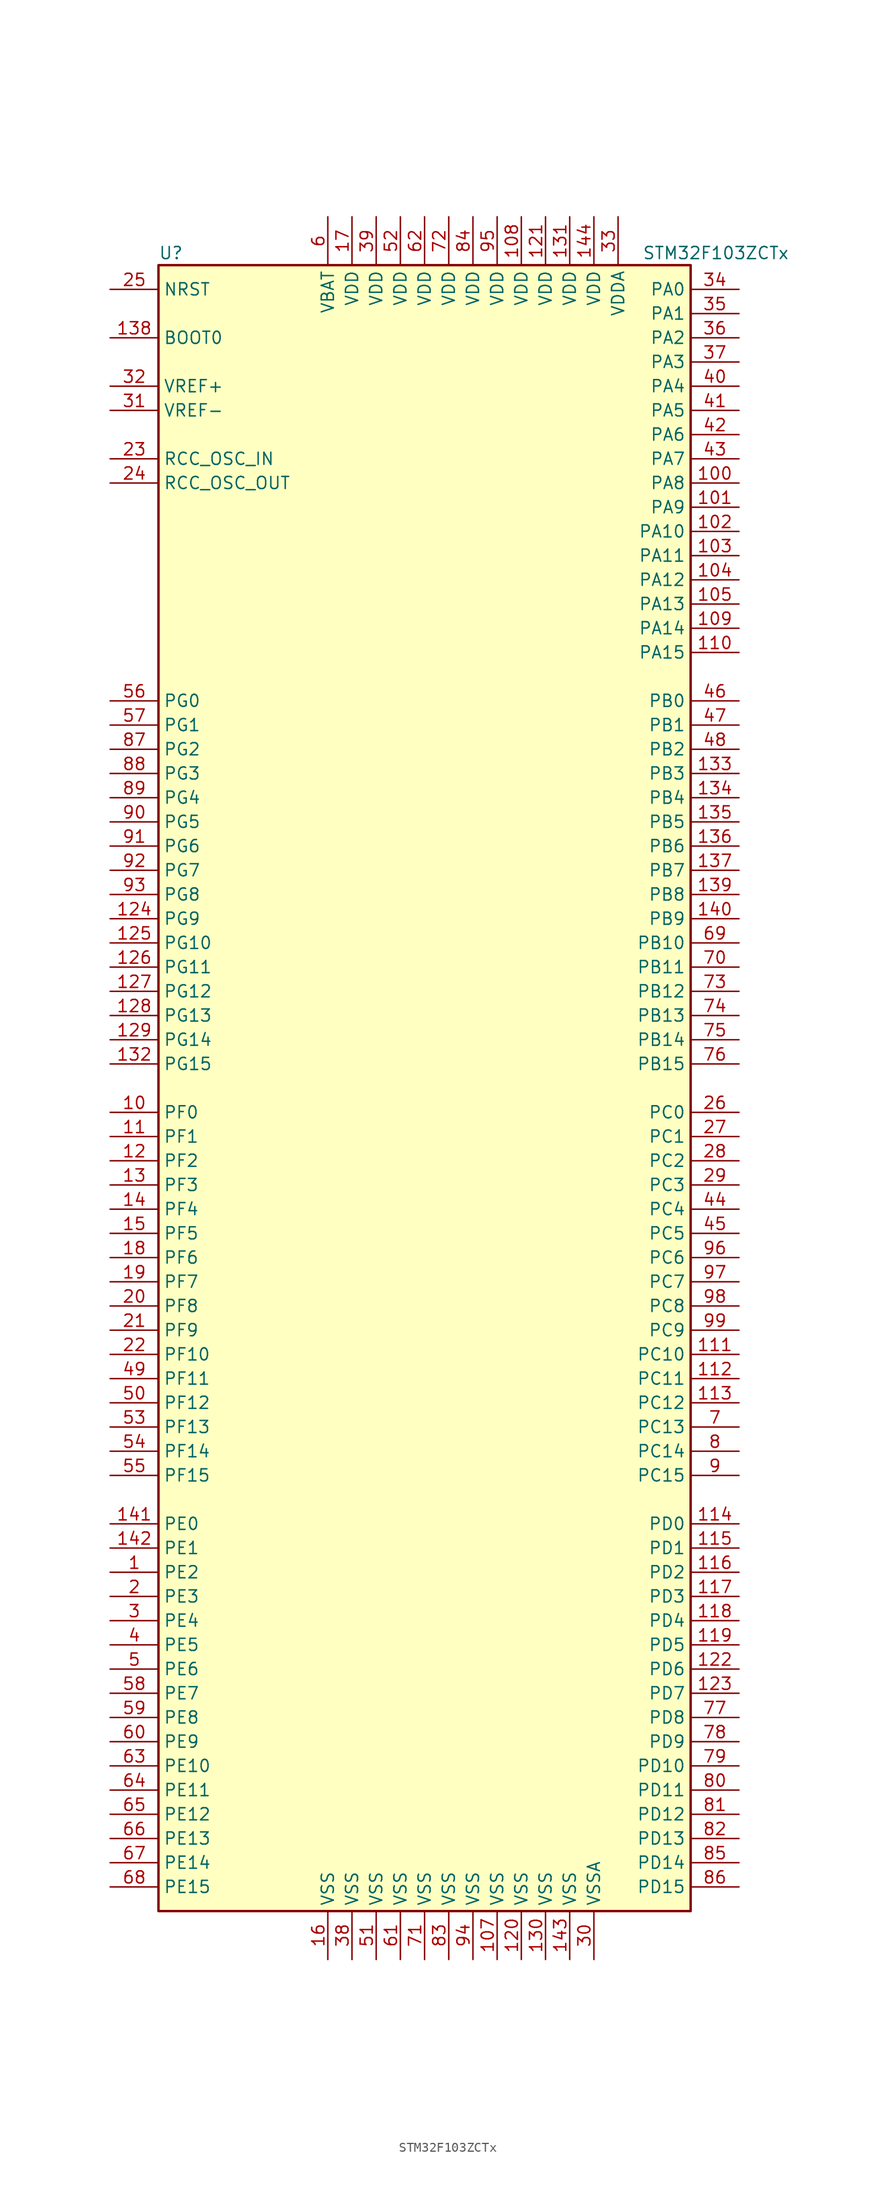
<source format=kicad_sym>
(kicad_symbol_lib
  (version 20200908)
  (generator kicad_symbol_editor)
  (symbol "MCU_ST_STM32F1:STM32F103ZCTx"
    (property "Reference" "U"
      (at -27.94 87.63 0)
      (effects (font (size 1.27 1.27)) (justify left)))
    (property "Value" "STM32F103ZCTx"
      (at 22.86 87.63 0)
      (effects (font (size 1.27 1.27)) (justify left)))
    (symbol "STM32F103ZCTx_0_1"
      (rectangle (start -27.94 -86.36) (end 27.94 86.36) (stroke (width 0.254)) (fill (type background))))
    (symbol "STM32F103ZCTx_1_1"
      (pin input line (at -33.02 78.74 0) (length 5.08) (name "BOOT0" (effects (font (size 1.27 1.27)))) (number "138" (effects (font (size 1.27 1.27)))))
      (pin unconnected line (at -27.94 -83.82 0) (length 5.08) hide (name "NC" (effects (font (size 1.27 1.27)))) (number "106" (effects (font (size 1.27 1.27)))))
      (pin input line (at -33.02 83.82 0) (length 5.08) (name "NRST" (effects (font (size 1.27 1.27)))) (number "25" (effects (font (size 1.27 1.27)))))
      (pin bidirectional line (at 33.02 83.82 180) (length 5.08) (name "PA0" (effects (font (size 1.27 1.27)))) (number "34" (effects (font (size 1.27 1.27)))))
      (pin bidirectional line (at 33.02 81.28 180) (length 5.08) (name "PA1" (effects (font (size 1.27 1.27)))) (number "35" (effects (font (size 1.27 1.27)))))
      (pin bidirectional line (at 33.02 58.42 180) (length 5.08) (name "PA10" (effects (font (size 1.27 1.27)))) (number "102" (effects (font (size 1.27 1.27)))))
      (pin bidirectional line (at 33.02 55.88 180) (length 5.08) (name "PA11" (effects (font (size 1.27 1.27)))) (number "103" (effects (font (size 1.27 1.27)))))
      (pin bidirectional line (at 33.02 53.34 180) (length 5.08) (name "PA12" (effects (font (size 1.27 1.27)))) (number "104" (effects (font (size 1.27 1.27)))))
      (pin bidirectional line (at 33.02 50.8 180) (length 5.08) (name "PA13" (effects (font (size 1.27 1.27)))) (number "105" (effects (font (size 1.27 1.27)))))
      (pin bidirectional line (at 33.02 48.26 180) (length 5.08) (name "PA14" (effects (font (size 1.27 1.27)))) (number "109" (effects (font (size 1.27 1.27)))))
      (pin bidirectional line (at 33.02 45.72 180) (length 5.08) (name "PA15" (effects (font (size 1.27 1.27)))) (number "110" (effects (font (size 1.27 1.27)))))
      (pin bidirectional line (at 33.02 78.74 180) (length 5.08) (name "PA2" (effects (font (size 1.27 1.27)))) (number "36" (effects (font (size 1.27 1.27)))))
      (pin bidirectional line (at 33.02 76.2 180) (length 5.08) (name "PA3" (effects (font (size 1.27 1.27)))) (number "37" (effects (font (size 1.27 1.27)))))
      (pin bidirectional line (at 33.02 73.66 180) (length 5.08) (name "PA4" (effects (font (size 1.27 1.27)))) (number "40" (effects (font (size 1.27 1.27)))))
      (pin bidirectional line (at 33.02 71.12 180) (length 5.08) (name "PA5" (effects (font (size 1.27 1.27)))) (number "41" (effects (font (size 1.27 1.27)))))
      (pin bidirectional line (at 33.02 68.58 180) (length 5.08) (name "PA6" (effects (font (size 1.27 1.27)))) (number "42" (effects (font (size 1.27 1.27)))))
      (pin bidirectional line (at 33.02 66.04 180) (length 5.08) (name "PA7" (effects (font (size 1.27 1.27)))) (number "43" (effects (font (size 1.27 1.27)))))
      (pin bidirectional line (at 33.02 63.5 180) (length 5.08) (name "PA8" (effects (font (size 1.27 1.27)))) (number "100" (effects (font (size 1.27 1.27)))))
      (pin bidirectional line (at 33.02 60.96 180) (length 5.08) (name "PA9" (effects (font (size 1.27 1.27)))) (number "101" (effects (font (size 1.27 1.27)))))
      (pin bidirectional line (at 33.02 40.64 180) (length 5.08) (name "PB0" (effects (font (size 1.27 1.27)))) (number "46" (effects (font (size 1.27 1.27)))))
      (pin bidirectional line (at 33.02 38.1 180) (length 5.08) (name "PB1" (effects (font (size 1.27 1.27)))) (number "47" (effects (font (size 1.27 1.27)))))
      (pin bidirectional line (at 33.02 15.24 180) (length 5.08) (name "PB10" (effects (font (size 1.27 1.27)))) (number "69" (effects (font (size 1.27 1.27)))))
      (pin bidirectional line (at 33.02 12.7 180) (length 5.08) (name "PB11" (effects (font (size 1.27 1.27)))) (number "70" (effects (font (size 1.27 1.27)))))
      (pin bidirectional line (at 33.02 10.16 180) (length 5.08) (name "PB12" (effects (font (size 1.27 1.27)))) (number "73" (effects (font (size 1.27 1.27)))))
      (pin bidirectional line (at 33.02 7.62 180) (length 5.08) (name "PB13" (effects (font (size 1.27 1.27)))) (number "74" (effects (font (size 1.27 1.27)))))
      (pin bidirectional line (at 33.02 5.08 180) (length 5.08) (name "PB14" (effects (font (size 1.27 1.27)))) (number "75" (effects (font (size 1.27 1.27)))))
      (pin bidirectional line (at 33.02 2.54 180) (length 5.08) (name "PB15" (effects (font (size 1.27 1.27)))) (number "76" (effects (font (size 1.27 1.27)))))
      (pin bidirectional line (at 33.02 35.56 180) (length 5.08) (name "PB2" (effects (font (size 1.27 1.27)))) (number "48" (effects (font (size 1.27 1.27)))))
      (pin bidirectional line (at 33.02 33.02 180) (length 5.08) (name "PB3" (effects (font (size 1.27 1.27)))) (number "133" (effects (font (size 1.27 1.27)))))
      (pin bidirectional line (at 33.02 30.48 180) (length 5.08) (name "PB4" (effects (font (size 1.27 1.27)))) (number "134" (effects (font (size 1.27 1.27)))))
      (pin bidirectional line (at 33.02 27.94 180) (length 5.08) (name "PB5" (effects (font (size 1.27 1.27)))) (number "135" (effects (font (size 1.27 1.27)))))
      (pin bidirectional line (at 33.02 25.4 180) (length 5.08) (name "PB6" (effects (font (size 1.27 1.27)))) (number "136" (effects (font (size 1.27 1.27)))))
      (pin bidirectional line (at 33.02 22.86 180) (length 5.08) (name "PB7" (effects (font (size 1.27 1.27)))) (number "137" (effects (font (size 1.27 1.27)))))
      (pin bidirectional line (at 33.02 20.32 180) (length 5.08) (name "PB8" (effects (font (size 1.27 1.27)))) (number "139" (effects (font (size 1.27 1.27)))))
      (pin bidirectional line (at 33.02 17.78 180) (length 5.08) (name "PB9" (effects (font (size 1.27 1.27)))) (number "140" (effects (font (size 1.27 1.27)))))
      (pin bidirectional line (at 33.02 -2.54 180) (length 5.08) (name "PC0" (effects (font (size 1.27 1.27)))) (number "26" (effects (font (size 1.27 1.27)))))
      (pin bidirectional line (at 33.02 -5.08 180) (length 5.08) (name "PC1" (effects (font (size 1.27 1.27)))) (number "27" (effects (font (size 1.27 1.27)))))
      (pin bidirectional line (at 33.02 -27.94 180) (length 5.08) (name "PC10" (effects (font (size 1.27 1.27)))) (number "111" (effects (font (size 1.27 1.27)))))
      (pin bidirectional line (at 33.02 -30.48 180) (length 5.08) (name "PC11" (effects (font (size 1.27 1.27)))) (number "112" (effects (font (size 1.27 1.27)))))
      (pin bidirectional line (at 33.02 -33.02 180) (length 5.08) (name "PC12" (effects (font (size 1.27 1.27)))) (number "113" (effects (font (size 1.27 1.27)))))
      (pin bidirectional line (at 33.02 -35.56 180) (length 5.08) (name "PC13" (effects (font (size 1.27 1.27)))) (number "7" (effects (font (size 1.27 1.27)))))
      (pin bidirectional line (at 33.02 -38.1 180) (length 5.08) (name "PC14" (effects (font (size 1.27 1.27)))) (number "8" (effects (font (size 1.27 1.27)))))
      (pin bidirectional line (at 33.02 -40.64 180) (length 5.08) (name "PC15" (effects (font (size 1.27 1.27)))) (number "9" (effects (font (size 1.27 1.27)))))
      (pin bidirectional line (at 33.02 -7.62 180) (length 5.08) (name "PC2" (effects (font (size 1.27 1.27)))) (number "28" (effects (font (size 1.27 1.27)))))
      (pin bidirectional line (at 33.02 -10.16 180) (length 5.08) (name "PC3" (effects (font (size 1.27 1.27)))) (number "29" (effects (font (size 1.27 1.27)))))
      (pin bidirectional line (at 33.02 -12.7 180) (length 5.08) (name "PC4" (effects (font (size 1.27 1.27)))) (number "44" (effects (font (size 1.27 1.27)))))
      (pin bidirectional line (at 33.02 -15.24 180) (length 5.08) (name "PC5" (effects (font (size 1.27 1.27)))) (number "45" (effects (font (size 1.27 1.27)))))
      (pin bidirectional line (at 33.02 -17.78 180) (length 5.08) (name "PC6" (effects (font (size 1.27 1.27)))) (number "96" (effects (font (size 1.27 1.27)))))
      (pin bidirectional line (at 33.02 -20.32 180) (length 5.08) (name "PC7" (effects (font (size 1.27 1.27)))) (number "97" (effects (font (size 1.27 1.27)))))
      (pin bidirectional line (at 33.02 -22.86 180) (length 5.08) (name "PC8" (effects (font (size 1.27 1.27)))) (number "98" (effects (font (size 1.27 1.27)))))
      (pin bidirectional line (at 33.02 -25.4 180) (length 5.08) (name "PC9" (effects (font (size 1.27 1.27)))) (number "99" (effects (font (size 1.27 1.27)))))
      (pin bidirectional line (at 33.02 -45.72 180) (length 5.08) (name "PD0" (effects (font (size 1.27 1.27)))) (number "114" (effects (font (size 1.27 1.27)))))
      (pin bidirectional line (at 33.02 -48.26 180) (length 5.08) (name "PD1" (effects (font (size 1.27 1.27)))) (number "115" (effects (font (size 1.27 1.27)))))
      (pin bidirectional line (at 33.02 -71.12 180) (length 5.08) (name "PD10" (effects (font (size 1.27 1.27)))) (number "79" (effects (font (size 1.27 1.27)))))
      (pin bidirectional line (at 33.02 -73.66 180) (length 5.08) (name "PD11" (effects (font (size 1.27 1.27)))) (number "80" (effects (font (size 1.27 1.27)))))
      (pin bidirectional line (at 33.02 -76.2 180) (length 5.08) (name "PD12" (effects (font (size 1.27 1.27)))) (number "81" (effects (font (size 1.27 1.27)))))
      (pin bidirectional line (at 33.02 -78.74 180) (length 5.08) (name "PD13" (effects (font (size 1.27 1.27)))) (number "82" (effects (font (size 1.27 1.27)))))
      (pin bidirectional line (at 33.02 -81.28 180) (length 5.08) (name "PD14" (effects (font (size 1.27 1.27)))) (number "85" (effects (font (size 1.27 1.27)))))
      (pin bidirectional line (at 33.02 -83.82 180) (length 5.08) (name "PD15" (effects (font (size 1.27 1.27)))) (number "86" (effects (font (size 1.27 1.27)))))
      (pin bidirectional line (at 33.02 -50.8 180) (length 5.08) (name "PD2" (effects (font (size 1.27 1.27)))) (number "116" (effects (font (size 1.27 1.27)))))
      (pin bidirectional line (at 33.02 -53.34 180) (length 5.08) (name "PD3" (effects (font (size 1.27 1.27)))) (number "117" (effects (font (size 1.27 1.27)))))
      (pin bidirectional line (at 33.02 -55.88 180) (length 5.08) (name "PD4" (effects (font (size 1.27 1.27)))) (number "118" (effects (font (size 1.27 1.27)))))
      (pin bidirectional line (at 33.02 -58.42 180) (length 5.08) (name "PD5" (effects (font (size 1.27 1.27)))) (number "119" (effects (font (size 1.27 1.27)))))
      (pin bidirectional line (at 33.02 -60.96 180) (length 5.08) (name "PD6" (effects (font (size 1.27 1.27)))) (number "122" (effects (font (size 1.27 1.27)))))
      (pin bidirectional line (at 33.02 -63.5 180) (length 5.08) (name "PD7" (effects (font (size 1.27 1.27)))) (number "123" (effects (font (size 1.27 1.27)))))
      (pin bidirectional line (at 33.02 -66.04 180) (length 5.08) (name "PD8" (effects (font (size 1.27 1.27)))) (number "77" (effects (font (size 1.27 1.27)))))
      (pin bidirectional line (at 33.02 -68.58 180) (length 5.08) (name "PD9" (effects (font (size 1.27 1.27)))) (number "78" (effects (font (size 1.27 1.27)))))
      (pin bidirectional line (at -33.02 -45.72 0) (length 5.08) (name "PE0" (effects (font (size 1.27 1.27)))) (number "141" (effects (font (size 1.27 1.27)))))
      (pin bidirectional line (at -33.02 -48.26 0) (length 5.08) (name "PE1" (effects (font (size 1.27 1.27)))) (number "142" (effects (font (size 1.27 1.27)))))
      (pin bidirectional line (at -33.02 -71.12 0) (length 5.08) (name "PE10" (effects (font (size 1.27 1.27)))) (number "63" (effects (font (size 1.27 1.27)))))
      (pin bidirectional line (at -33.02 -73.66 0) (length 5.08) (name "PE11" (effects (font (size 1.27 1.27)))) (number "64" (effects (font (size 1.27 1.27)))))
      (pin bidirectional line (at -33.02 -76.2 0) (length 5.08) (name "PE12" (effects (font (size 1.27 1.27)))) (number "65" (effects (font (size 1.27 1.27)))))
      (pin bidirectional line (at -33.02 -78.74 0) (length 5.08) (name "PE13" (effects (font (size 1.27 1.27)))) (number "66" (effects (font (size 1.27 1.27)))))
      (pin bidirectional line (at -33.02 -81.28 0) (length 5.08) (name "PE14" (effects (font (size 1.27 1.27)))) (number "67" (effects (font (size 1.27 1.27)))))
      (pin bidirectional line (at -33.02 -83.82 0) (length 5.08) (name "PE15" (effects (font (size 1.27 1.27)))) (number "68" (effects (font (size 1.27 1.27)))))
      (pin bidirectional line (at -33.02 -50.8 0) (length 5.08) (name "PE2" (effects (font (size 1.27 1.27)))) (number "1" (effects (font (size 1.27 1.27)))))
      (pin bidirectional line (at -33.02 -53.34 0) (length 5.08) (name "PE3" (effects (font (size 1.27 1.27)))) (number "2" (effects (font (size 1.27 1.27)))))
      (pin bidirectional line (at -33.02 -55.88 0) (length 5.08) (name "PE4" (effects (font (size 1.27 1.27)))) (number "3" (effects (font (size 1.27 1.27)))))
      (pin bidirectional line (at -33.02 -58.42 0) (length 5.08) (name "PE5" (effects (font (size 1.27 1.27)))) (number "4" (effects (font (size 1.27 1.27)))))
      (pin bidirectional line (at -33.02 -60.96 0) (length 5.08) (name "PE6" (effects (font (size 1.27 1.27)))) (number "5" (effects (font (size 1.27 1.27)))))
      (pin bidirectional line (at -33.02 -63.5 0) (length 5.08) (name "PE7" (effects (font (size 1.27 1.27)))) (number "58" (effects (font (size 1.27 1.27)))))
      (pin bidirectional line (at -33.02 -66.04 0) (length 5.08) (name "PE8" (effects (font (size 1.27 1.27)))) (number "59" (effects (font (size 1.27 1.27)))))
      (pin bidirectional line (at -33.02 -68.58 0) (length 5.08) (name "PE9" (effects (font (size 1.27 1.27)))) (number "60" (effects (font (size 1.27 1.27)))))
      (pin bidirectional line (at -33.02 -2.54 0) (length 5.08) (name "PF0" (effects (font (size 1.27 1.27)))) (number "10" (effects (font (size 1.27 1.27)))))
      (pin bidirectional line (at -33.02 -5.08 0) (length 5.08) (name "PF1" (effects (font (size 1.27 1.27)))) (number "11" (effects (font (size 1.27 1.27)))))
      (pin bidirectional line (at -33.02 -27.94 0) (length 5.08) (name "PF10" (effects (font (size 1.27 1.27)))) (number "22" (effects (font (size 1.27 1.27)))))
      (pin bidirectional line (at -33.02 -30.48 0) (length 5.08) (name "PF11" (effects (font (size 1.27 1.27)))) (number "49" (effects (font (size 1.27 1.27)))))
      (pin bidirectional line (at -33.02 -33.02 0) (length 5.08) (name "PF12" (effects (font (size 1.27 1.27)))) (number "50" (effects (font (size 1.27 1.27)))))
      (pin bidirectional line (at -33.02 -35.56 0) (length 5.08) (name "PF13" (effects (font (size 1.27 1.27)))) (number "53" (effects (font (size 1.27 1.27)))))
      (pin bidirectional line (at -33.02 -38.1 0) (length 5.08) (name "PF14" (effects (font (size 1.27 1.27)))) (number "54" (effects (font (size 1.27 1.27)))))
      (pin bidirectional line (at -33.02 -40.64 0) (length 5.08) (name "PF15" (effects (font (size 1.27 1.27)))) (number "55" (effects (font (size 1.27 1.27)))))
      (pin bidirectional line (at -33.02 -7.62 0) (length 5.08) (name "PF2" (effects (font (size 1.27 1.27)))) (number "12" (effects (font (size 1.27 1.27)))))
      (pin bidirectional line (at -33.02 -10.16 0) (length 5.08) (name "PF3" (effects (font (size 1.27 1.27)))) (number "13" (effects (font (size 1.27 1.27)))))
      (pin bidirectional line (at -33.02 -12.7 0) (length 5.08) (name "PF4" (effects (font (size 1.27 1.27)))) (number "14" (effects (font (size 1.27 1.27)))))
      (pin bidirectional line (at -33.02 -15.24 0) (length 5.08) (name "PF5" (effects (font (size 1.27 1.27)))) (number "15" (effects (font (size 1.27 1.27)))))
      (pin bidirectional line (at -33.02 -17.78 0) (length 5.08) (name "PF6" (effects (font (size 1.27 1.27)))) (number "18" (effects (font (size 1.27 1.27)))))
      (pin bidirectional line (at -33.02 -20.32 0) (length 5.08) (name "PF7" (effects (font (size 1.27 1.27)))) (number "19" (effects (font (size 1.27 1.27)))))
      (pin bidirectional line (at -33.02 -22.86 0) (length 5.08) (name "PF8" (effects (font (size 1.27 1.27)))) (number "20" (effects (font (size 1.27 1.27)))))
      (pin bidirectional line (at -33.02 -25.4 0) (length 5.08) (name "PF9" (effects (font (size 1.27 1.27)))) (number "21" (effects (font (size 1.27 1.27)))))
      (pin bidirectional line (at -33.02 40.64 0) (length 5.08) (name "PG0" (effects (font (size 1.27 1.27)))) (number "56" (effects (font (size 1.27 1.27)))))
      (pin bidirectional line (at -33.02 38.1 0) (length 5.08) (name "PG1" (effects (font (size 1.27 1.27)))) (number "57" (effects (font (size 1.27 1.27)))))
      (pin bidirectional line (at -33.02 15.24 0) (length 5.08) (name "PG10" (effects (font (size 1.27 1.27)))) (number "125" (effects (font (size 1.27 1.27)))))
      (pin bidirectional line (at -33.02 12.7 0) (length 5.08) (name "PG11" (effects (font (size 1.27 1.27)))) (number "126" (effects (font (size 1.27 1.27)))))
      (pin bidirectional line (at -33.02 10.16 0) (length 5.08) (name "PG12" (effects (font (size 1.27 1.27)))) (number "127" (effects (font (size 1.27 1.27)))))
      (pin bidirectional line (at -33.02 7.62 0) (length 5.08) (name "PG13" (effects (font (size 1.27 1.27)))) (number "128" (effects (font (size 1.27 1.27)))))
      (pin bidirectional line (at -33.02 5.08 0) (length 5.08) (name "PG14" (effects (font (size 1.27 1.27)))) (number "129" (effects (font (size 1.27 1.27)))))
      (pin bidirectional line (at -33.02 2.54 0) (length 5.08) (name "PG15" (effects (font (size 1.27 1.27)))) (number "132" (effects (font (size 1.27 1.27)))))
      (pin bidirectional line (at -33.02 35.56 0) (length 5.08) (name "PG2" (effects (font (size 1.27 1.27)))) (number "87" (effects (font (size 1.27 1.27)))))
      (pin bidirectional line (at -33.02 33.02 0) (length 5.08) (name "PG3" (effects (font (size 1.27 1.27)))) (number "88" (effects (font (size 1.27 1.27)))))
      (pin bidirectional line (at -33.02 30.48 0) (length 5.08) (name "PG4" (effects (font (size 1.27 1.27)))) (number "89" (effects (font (size 1.27 1.27)))))
      (pin bidirectional line (at -33.02 27.94 0) (length 5.08) (name "PG5" (effects (font (size 1.27 1.27)))) (number "90" (effects (font (size 1.27 1.27)))))
      (pin bidirectional line (at -33.02 25.4 0) (length 5.08) (name "PG6" (effects (font (size 1.27 1.27)))) (number "91" (effects (font (size 1.27 1.27)))))
      (pin bidirectional line (at -33.02 22.86 0) (length 5.08) (name "PG7" (effects (font (size 1.27 1.27)))) (number "92" (effects (font (size 1.27 1.27)))))
      (pin bidirectional line (at -33.02 20.32 0) (length 5.08) (name "PG8" (effects (font (size 1.27 1.27)))) (number "93" (effects (font (size 1.27 1.27)))))
      (pin bidirectional line (at -33.02 17.78 0) (length 5.08) (name "PG9" (effects (font (size 1.27 1.27)))) (number "124" (effects (font (size 1.27 1.27)))))
      (pin input line (at -33.02 66.04 0) (length 5.08) (name "RCC_OSC_IN" (effects (font (size 1.27 1.27)))) (number "23" (effects (font (size 1.27 1.27)))))
      (pin input line (at -33.02 63.5 0) (length 5.08) (name "RCC_OSC_OUT" (effects (font (size 1.27 1.27)))) (number "24" (effects (font (size 1.27 1.27)))))
      (pin power_in line (at -10.16 91.44 270) (length 5.08) (name "VBAT" (effects (font (size 1.27 1.27)))) (number "6" (effects (font (size 1.27 1.27)))))
      (pin power_in line (at 10.16 91.44 270) (length 5.08) (name "VDD" (effects (font (size 1.27 1.27)))) (number "108" (effects (font (size 1.27 1.27)))))
      (pin power_in line (at 12.7 91.44 270) (length 5.08) (name "VDD" (effects (font (size 1.27 1.27)))) (number "121" (effects (font (size 1.27 1.27)))))
      (pin power_in line (at 15.24 91.44 270) (length 5.08) (name "VDD" (effects (font (size 1.27 1.27)))) (number "131" (effects (font (size 1.27 1.27)))))
      (pin power_in line (at 17.78 91.44 270) (length 5.08) (name "VDD" (effects (font (size 1.27 1.27)))) (number "144" (effects (font (size 1.27 1.27)))))
      (pin power_in line (at -7.62 91.44 270) (length 5.08) (name "VDD" (effects (font (size 1.27 1.27)))) (number "17" (effects (font (size 1.27 1.27)))))
      (pin power_in line (at -5.08 91.44 270) (length 5.08) (name "VDD" (effects (font (size 1.27 1.27)))) (number "39" (effects (font (size 1.27 1.27)))))
      (pin power_in line (at -2.54 91.44 270) (length 5.08) (name "VDD" (effects (font (size 1.27 1.27)))) (number "52" (effects (font (size 1.27 1.27)))))
      (pin power_in line (at 0 91.44 270) (length 5.08) (name "VDD" (effects (font (size 1.27 1.27)))) (number "62" (effects (font (size 1.27 1.27)))))
      (pin power_in line (at 2.54 91.44 270) (length 5.08) (name "VDD" (effects (font (size 1.27 1.27)))) (number "72" (effects (font (size 1.27 1.27)))))
      (pin power_in line (at 5.08 91.44 270) (length 5.08) (name "VDD" (effects (font (size 1.27 1.27)))) (number "84" (effects (font (size 1.27 1.27)))))
      (pin power_in line (at 7.62 91.44 270) (length 5.08) (name "VDD" (effects (font (size 1.27 1.27)))) (number "95" (effects (font (size 1.27 1.27)))))
      (pin power_in line (at 20.32 91.44 270) (length 5.08) (name "VDDA" (effects (font (size 1.27 1.27)))) (number "33" (effects (font (size 1.27 1.27)))))
      (pin power_in line (at -33.02 73.66 0) (length 5.08) (name "VREF+" (effects (font (size 1.27 1.27)))) (number "32" (effects (font (size 1.27 1.27)))))
      (pin power_in line (at -33.02 71.12 0) (length 5.08) (name "VREF-" (effects (font (size 1.27 1.27)))) (number "31" (effects (font (size 1.27 1.27)))))
      (pin power_in line (at 7.62 -91.44 90) (length 5.08) (name "VSS" (effects (font (size 1.27 1.27)))) (number "107" (effects (font (size 1.27 1.27)))))
      (pin power_in line (at 10.16 -91.44 90) (length 5.08) (name "VSS" (effects (font (size 1.27 1.27)))) (number "120" (effects (font (size 1.27 1.27)))))
      (pin power_in line (at 12.7 -91.44 90) (length 5.08) (name "VSS" (effects (font (size 1.27 1.27)))) (number "130" (effects (font (size 1.27 1.27)))))
      (pin power_in line (at 15.24 -91.44 90) (length 5.08) (name "VSS" (effects (font (size 1.27 1.27)))) (number "143" (effects (font (size 1.27 1.27)))))
      (pin power_in line (at -10.16 -91.44 90) (length 5.08) (name "VSS" (effects (font (size 1.27 1.27)))) (number "16" (effects (font (size 1.27 1.27)))))
      (pin power_in line (at -7.62 -91.44 90) (length 5.08) (name "VSS" (effects (font (size 1.27 1.27)))) (number "38" (effects (font (size 1.27 1.27)))))
      (pin power_in line (at -5.08 -91.44 90) (length 5.08) (name "VSS" (effects (font (size 1.27 1.27)))) (number "51" (effects (font (size 1.27 1.27)))))
      (pin power_in line (at -2.54 -91.44 90) (length 5.08) (name "VSS" (effects (font (size 1.27 1.27)))) (number "61" (effects (font (size 1.27 1.27)))))
      (pin power_in line (at 0 -91.44 90) (length 5.08) (name "VSS" (effects (font (size 1.27 1.27)))) (number "71" (effects (font (size 1.27 1.27)))))
      (pin power_in line (at 2.54 -91.44 90) (length 5.08) (name "VSS" (effects (font (size 1.27 1.27)))) (number "83" (effects (font (size 1.27 1.27)))))
      (pin power_in line (at 5.08 -91.44 90) (length 5.08) (name "VSS" (effects (font (size 1.27 1.27)))) (number "94" (effects (font (size 1.27 1.27)))))
      (pin power_in line (at 17.78 -91.44 90) (length 5.08) (name "VSSA" (effects (font (size 1.27 1.27)))) (number "30" (effects (font (size 1.27 1.27))))))))
</source>
